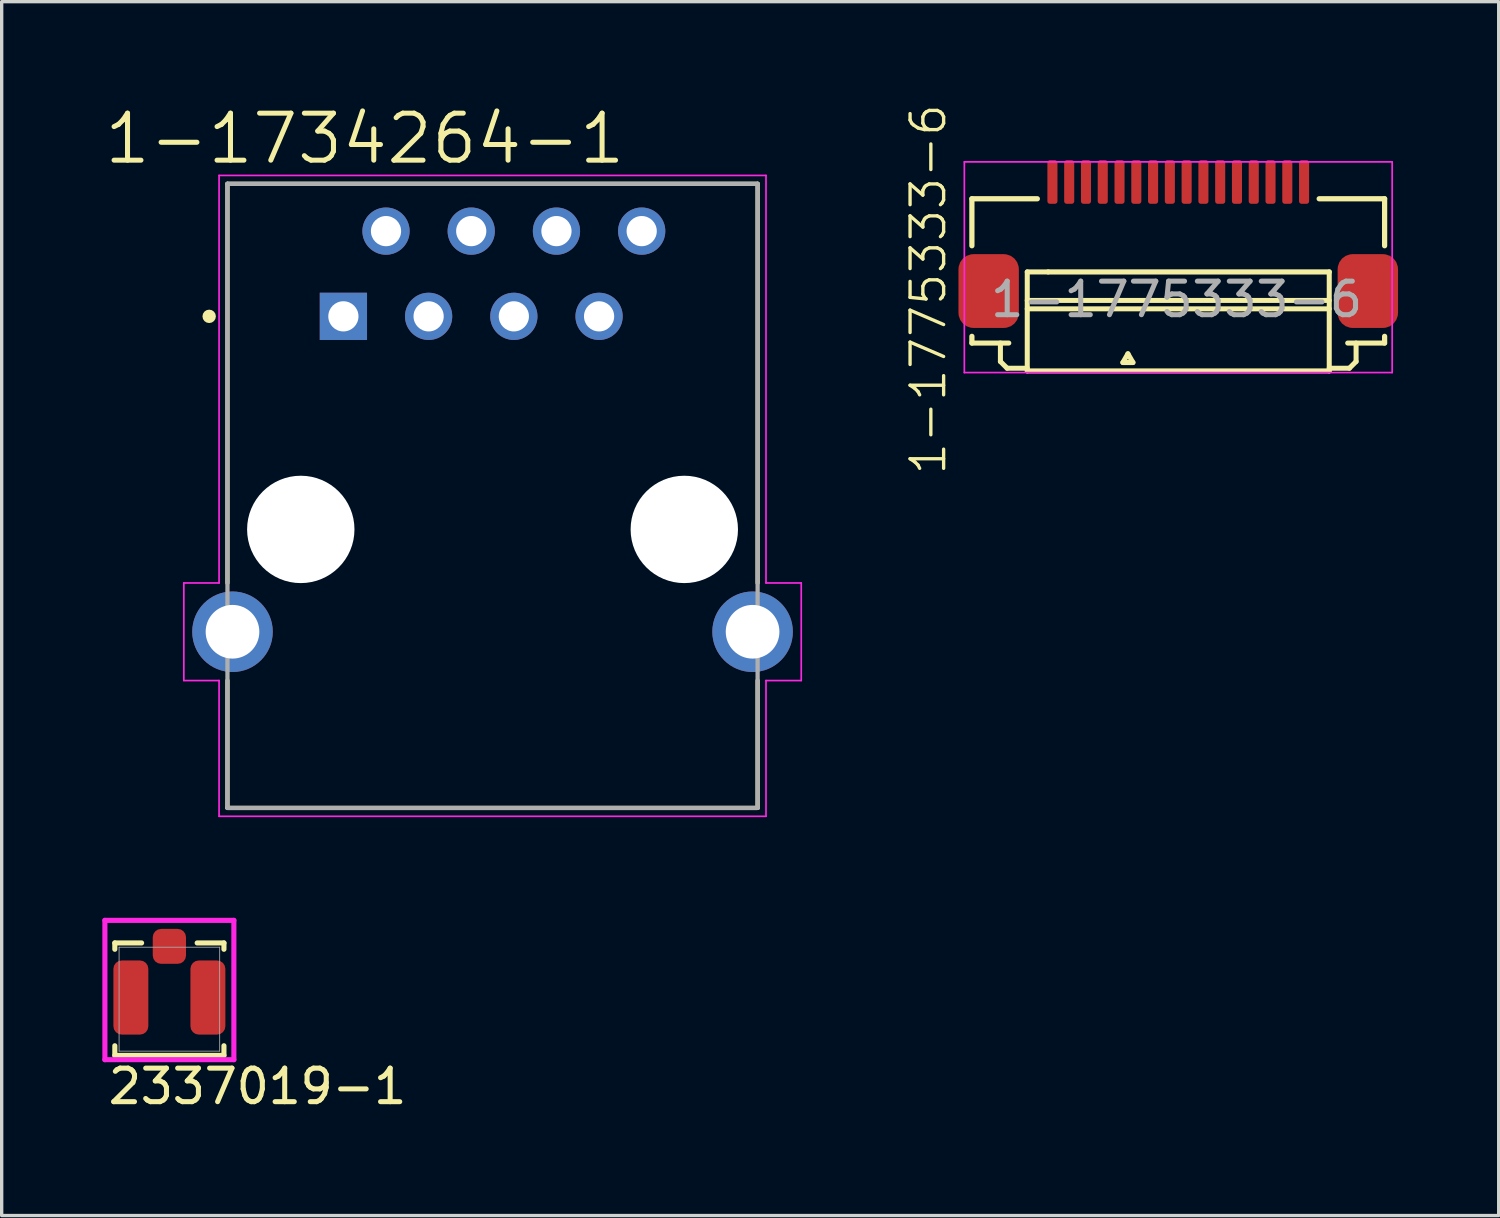
<source format=kicad_pcb>
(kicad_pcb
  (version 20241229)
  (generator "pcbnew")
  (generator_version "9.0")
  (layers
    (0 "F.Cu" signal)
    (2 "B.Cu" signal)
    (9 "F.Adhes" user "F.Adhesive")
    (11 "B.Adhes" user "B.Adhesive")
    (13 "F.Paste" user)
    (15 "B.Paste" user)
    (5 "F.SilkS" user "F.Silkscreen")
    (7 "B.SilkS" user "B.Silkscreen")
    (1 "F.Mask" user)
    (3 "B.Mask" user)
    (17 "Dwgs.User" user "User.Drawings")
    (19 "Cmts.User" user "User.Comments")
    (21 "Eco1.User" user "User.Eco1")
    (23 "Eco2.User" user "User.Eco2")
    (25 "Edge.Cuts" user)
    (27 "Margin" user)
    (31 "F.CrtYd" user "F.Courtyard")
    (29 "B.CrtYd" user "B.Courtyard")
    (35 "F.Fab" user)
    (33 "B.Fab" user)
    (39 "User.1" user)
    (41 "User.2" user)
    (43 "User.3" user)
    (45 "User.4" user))
  (footprint "1-1734264-1"
    (layer "F.Cu")
    (at 11.629 12.728)
    (property "Reference" "1-1734264-1" (at -3.807 -11.645 0) (layer "F.SilkS") (effects (font (size 1.401 1.401) (thickness 0.15))))
    (attr through_hole)
    (fp_line (start -7.9 -10.3) (end 7.9 -10.3) (stroke (width 0.127) (type solid)) (layer "F.SilkS"))
    (fp_line (start -7.9 1.596) (end -7.9 -10.3) (stroke (width 0.127) (type solid)) (layer "F.SilkS"))
    (fp_line (start -7.9 4.504) (end -7.9 8.3) (stroke (width 0.127) (type solid)) (layer "F.SilkS"))
    (fp_line (start 7.9 1.596) (end 7.9 -10.3) (stroke (width 0.127) (type solid)) (layer "F.SilkS"))
    (fp_line (start 7.9 4.504) (end 7.9 8.3) (stroke (width 0.127) (type solid)) (layer "F.SilkS"))
    (fp_line (start 7.9 8.3) (end -7.9 8.3) (stroke (width 0.127) (type solid)) (layer "F.SilkS"))
    (fp_circle (center -8.445 -6.35) (end -8.345 -6.35) (stroke (width 0.2) (type solid)) (fill no) (layer "F.SilkS"))
    (fp_line (start -9.2 1.596) (end -8.15 1.596) (stroke (width 0.05) (type solid)) (layer "F.CrtYd"))
    (fp_line (start -9.2 4.504) (end -9.2 1.596) (stroke (width 0.05) (type solid)) (layer "F.CrtYd"))
    (fp_line (start -8.15 -10.55) (end 8.15 -10.55) (stroke (width 0.05) (type solid)) (layer "F.CrtYd"))
    (fp_line (start -8.15 1.596) (end -8.15 -10.55) (stroke (width 0.05) (type solid)) (layer "F.CrtYd"))
    (fp_line (start -8.15 4.504) (end -9.2 4.504) (stroke (width 0.05) (type solid)) (layer "F.CrtYd"))
    (fp_line (start -8.15 8.55) (end -8.15 4.504) (stroke (width 0.05) (type solid)) (layer "F.CrtYd"))
    (fp_line (start 8.15 -10.55) (end 8.15 1.596) (stroke (width 0.05) (type solid)) (layer "F.CrtYd"))
    (fp_line (start 8.15 1.596) (end 9.2 1.596) (stroke (width 0.05) (type solid)) (layer "F.CrtYd"))
    (fp_line (start 8.15 4.504) (end 8.15 8.55) (stroke (width 0.05) (type solid)) (layer "F.CrtYd"))
    (fp_line (start 8.15 8.55) (end -8.15 8.55) (stroke (width 0.05) (type solid)) (layer "F.CrtYd"))
    (fp_line (start 9.2 1.596) (end 9.2 4.504) (stroke (width 0.05) (type solid)) (layer "F.CrtYd"))
    (fp_line (start 9.2 4.504) (end 8.15 4.504) (stroke (width 0.05) (type solid)) (layer "F.CrtYd"))
    (fp_line (start -7.9 -10.3) (end 7.9 -10.3) (stroke (width 0.127) (type solid)) (layer "F.Fab"))
    (fp_line (start -7.9 8.3) (end -7.9 -10.3) (stroke (width 0.127) (type solid)) (layer "F.Fab"))
    (fp_line (start 7.9 -10.3) (end 7.9 8.3) (stroke (width 0.127) (type solid)) (layer "F.Fab"))
    (fp_line (start 7.9 8.3) (end -7.9 8.3) (stroke (width 0.127) (type solid)) (layer "F.Fab"))
    (fp_circle (center -4.445 -6.35) (end -4.345 -6.35) (stroke (width 0.2) (type solid)) (fill no) (layer "F.Fab"))
    (pad "" np_thru_hole circle (at -5.715 0) (size 3.2 3.2) (drill 3.2) (layers "*.Cu" "*.Mask"))
    (pad "" np_thru_hole circle (at 5.715 0) (size 3.2 3.2) (drill 3.2) (layers "*.Cu" "*.Mask"))
    (pad "1" thru_hole rect (at -4.445 -6.35) (size 1.408 1.408) (drill 0.9) (layers "*.Cu" "*.Mask"))
    (pad "2" thru_hole circle (at -3.175 -8.89) (size 1.408 1.408) (drill 0.9) (layers "*.Cu" "*.Mask"))
    (pad "3" thru_hole circle (at -1.905 -6.35) (size 1.408 1.408) (drill 0.9) (layers "*.Cu" "*.Mask"))
    (pad "4" thru_hole circle (at -0.635 -8.89) (size 1.408 1.408) (drill 0.9) (layers "*.Cu" "*.Mask"))
    (pad "5" thru_hole circle (at 0.635 -6.35) (size 1.408 1.408) (drill 0.9) (layers "*.Cu" "*.Mask"))
    (pad "6" thru_hole circle (at 1.905 -8.89) (size 1.408 1.408) (drill 0.9) (layers "*.Cu" "*.Mask"))
    (pad "7" thru_hole circle (at 3.175 -6.35) (size 1.408 1.408) (drill 0.9) (layers "*.Cu" "*.Mask"))
    (pad "8" thru_hole circle (at 4.445 -8.89) (size 1.408 1.408) (drill 0.9) (layers "*.Cu" "*.Mask"))
    (pad "SH" thru_hole circle (at -7.75 3.05) (size 2.4 2.4) (drill 1.6) (layers "*.Cu" "*.Mask"))
    (pad "SH" thru_hole circle (at 7.75 3.05) (size 2.4 2.4) (drill 1.6) (layers "*.Cu" "*.Mask")))
  (footprint "1-1775333-6"
    (layer "F.Cu")
    (at 28.315 2.374)
    (property "Reference" "1-1775333-6" (at -3.7 3.2 90) (unlocked yes) (layer "F.SilkS") (effects (font (size 1 1) (thickness 0.1))))
    (attr smd)
    (fp_line (start -2.4 0.5) (end -0.45 0.5) (stroke (width 0.156) (type solid)) (layer "F.SilkS"))
    (fp_line (start -2.4 1.9) (end -2.4 0.5) (stroke (width 0.156) (type solid)) (layer "F.SilkS"))
    (fp_line (start -2.4 4.8) (end -2.4 4.6) (stroke (width 0.156) (type solid)) (layer "F.SilkS"))
    (fp_line (start -2.4 4.8) (end -1.3 4.8) (stroke (width 0.15) (type solid)) (layer "F.SilkS"))
    (fp_line (start -1.55 5.35) (end -1.55 4.8) (stroke (width 0.15) (type solid)) (layer "F.SilkS"))
    (fp_line (start -1.55 5.35) (end -1.35 5.55) (stroke (width 0.15) (type solid)) (layer "F.SilkS"))
    (fp_line (start -1.35 5.55) (end -0.75 5.55) (stroke (width 0.15) (type solid)) (layer "F.SilkS"))
    (fp_line (start -0.75 2.68) (end -0.125 2.68) (stroke (width 0.15) (type solid)) (layer "F.SilkS"))
    (fp_line (start -0.75 3.53) (end 8.25 3.53) (stroke (width 0.15) (type solid)) (layer "F.SilkS"))
    (fp_line (start -0.75 3.78) (end 8.25 3.78) (stroke (width 0.15) (type solid)) (layer "F.SilkS"))
    (fp_line (start -0.75 5.63) (end -0.75 2.68) (stroke (width 0.15) (type solid)) (layer "F.SilkS"))
    (fp_line (start -0.75 5.63) (end 8.25 5.63) (stroke (width 0.15) (type solid)) (layer "F.SilkS"))
    (fp_line (start -0.125 2.68) (end 8.25 2.68) (stroke (width 0.156) (type solid)) (layer "F.SilkS"))
    (fp_line (start 2.1 5.38) (end 2.25 5.12) (stroke (width 0.15) (type solid)) (layer "F.SilkS"))
    (fp_line (start 2.1 5.38) (end 2.4 5.38) (stroke (width 0.15) (type solid)) (layer "F.SilkS"))
    (fp_line (start 2.25 5.12) (end 2.4 5.38) (stroke (width 0.15) (type solid)) (layer "F.SilkS"))
    (fp_line (start 7.95 0.5) (end 9.9 0.5) (stroke (width 0.156) (type solid)) (layer "F.SilkS"))
    (fp_line (start 8.25 5.55) (end 8.85 5.55) (stroke (width 0.15) (type solid)) (layer "F.SilkS"))
    (fp_line (start 8.25 5.63) (end 8.25 2.68) (stroke (width 0.15) (type solid)) (layer "F.SilkS"))
    (fp_line (start 8.8 4.8) (end 9.9 4.8) (stroke (width 0.15) (type solid)) (layer "F.SilkS"))
    (fp_line (start 8.85 5.55) (end 9.05 5.35) (stroke (width 0.15) (type solid)) (layer "F.SilkS"))
    (fp_line (start 9.05 5.35) (end 9.05 4.8) (stroke (width 0.15) (type solid)) (layer "F.SilkS"))
    (fp_line (start 9.9 1.9) (end 9.9 0.5) (stroke (width 0.156) (type solid)) (layer "F.SilkS"))
    (fp_line (start 9.9 4.8) (end 9.9 4.6) (stroke (width 0.156) (type solid)) (layer "F.SilkS"))
    (fp_line (start -2.625 -0.6) (end -2.625 5.68) (stroke (width 0.05) (type solid)) (layer "F.CrtYd"))
    (fp_line (start -2.625 5.68) (end 10.125 5.68) (stroke (width 0.05) (type solid)) (layer "F.CrtYd"))
    (fp_line (start 10.125 -0.6) (end -2.625 -0.6) (stroke (width 0.05) (type solid)) (layer "F.CrtYd"))
    (fp_line (start 10.125 5.68) (end 10.125 -0.6) (stroke (width 0.05) (type solid)) (layer "F.CrtYd"))
    (fp_text user "${REFERENCE}" (at 3.7 3.5 0) (unlocked yes) (layer "F.Fab") (effects (font (size 1 1) (thickness 0.15))))
    (pad "1" smd roundrect (at 0 0) (size 0.3 1.3) (layers "F.Cu" "F.Mask" "F.Paste") (roundrect_rratio 0.25))
    (pad "2" smd roundrect (at 0.5 0) (size 0.3 1.3) (layers "F.Cu" "F.Mask" "F.Paste") (roundrect_rratio 0.25))
    (pad "3" smd roundrect (at 1 0) (size 0.3 1.3) (layers "F.Cu" "F.Mask" "F.Paste") (roundrect_rratio 0.25))
    (pad "4" smd roundrect (at 1.5 0) (size 0.3 1.3) (layers "F.Cu" "F.Mask" "F.Paste") (roundrect_rratio 0.25))
    (pad "5" smd roundrect (at 2 0) (size 0.3 1.3) (layers "F.Cu" "F.Mask" "F.Paste") (roundrect_rratio 0.25))
    (pad "6" smd roundrect (at 2.5 0) (size 0.3 1.3) (layers "F.Cu" "F.Mask" "F.Paste") (roundrect_rratio 0.25))
    (pad "7" smd roundrect (at 3 0) (size 0.3 1.3) (layers "F.Cu" "F.Mask" "F.Paste") (roundrect_rratio 0.25))
    (pad "8" smd roundrect (at 3.5 0) (size 0.3 1.3) (layers "F.Cu" "F.Mask" "F.Paste") (roundrect_rratio 0.25))
    (pad "9" smd roundrect (at 4 0) (size 0.3 1.3) (layers "F.Cu" "F.Mask" "F.Paste") (roundrect_rratio 0.25))
    (pad "10" smd roundrect (at 4.5 0) (size 0.3 1.3) (layers "F.Cu" "F.Mask" "F.Paste") (roundrect_rratio 0.25))
    (pad "11" smd roundrect (at 5 0) (size 0.3 1.3) (layers "F.Cu" "F.Mask" "F.Paste") (roundrect_rratio 0.25))
    (pad "12" smd roundrect (at 5.5 0) (size 0.3 1.3) (layers "F.Cu" "F.Mask" "F.Paste") (roundrect_rratio 0.25))
    (pad "13" smd roundrect (at 6 0) (size 0.3 1.3) (layers "F.Cu" "F.Mask" "F.Paste") (roundrect_rratio 0.25))
    (pad "14" smd roundrect (at 6.5 0) (size 0.3 1.3) (layers "F.Cu" "F.Mask" "F.Paste") (roundrect_rratio 0.25))
    (pad "15" smd roundrect (at 7 0) (size 0.3 1.3) (layers "F.Cu" "F.Mask" "F.Paste") (roundrect_rratio 0.25))
    (pad "16" smd roundrect (at 7.5 0) (size 0.3 1.3) (layers "F.Cu" "F.Mask" "F.Paste") (roundrect_rratio 0.25))
    (pad "M1" smd roundrect (at -1.9 3.25) (size 1.8 2.2) (layers "F.Cu" "F.Mask" "F.Paste") (roundrect_rratio 0.25))
    (pad "M2" smd roundrect (at 9.4 3.25) (size 1.8 2.2) (layers "F.Cu" "F.Mask" "F.Paste") (roundrect_rratio 0.25)))
  (footprint "2337019-1"
    (layer "F.Cu")
    (at 1.998 26.728)
    (property "Reference" "2337019-1" (at -1.9 2.6 0) (unlocked yes) (layer "F.SilkS") (effects (font (size 1 1) (thickness 0.15)) (justify left)))
    (attr smd)
    (fp_line (start -1.626 -1.676) (end -1.626 -1.487) (stroke (width 0.152) (type solid)) (layer "F.SilkS"))
    (fp_line (start -1.626 1.388) (end -1.626 1.676) (stroke (width 0.152) (type solid)) (layer "F.SilkS"))
    (fp_line (start -1.626 1.676) (end 1.626 1.676) (stroke (width 0.152) (type solid)) (layer "F.SilkS"))
    (fp_line (start -0.828 -1.676) (end -1.626 -1.676) (stroke (width 0.152) (type solid)) (layer "F.SilkS"))
    (fp_line (start 1.626 -1.676) (end 0.828 -1.676) (stroke (width 0.152) (type solid)) (layer "F.SilkS"))
    (fp_line (start 1.626 -1.487) (end 1.626 -1.676) (stroke (width 0.152) (type solid)) (layer "F.SilkS"))
    (fp_line (start 1.626 1.676) (end 1.626 1.388) (stroke (width 0.152) (type solid)) (layer "F.SilkS"))
    (fp_line (start -1.922 -2.349) (end -1.922 1.803) (stroke (width 0.152) (type solid)) (layer "F.CrtYd"))
    (fp_line (start -1.922 1.803) (end 1.922 1.803) (stroke (width 0.152) (type solid)) (layer "F.CrtYd"))
    (fp_line (start 1.922 -2.349) (end -1.922 -2.349) (stroke (width 0.152) (type solid)) (layer "F.CrtYd"))
    (fp_line (start 1.922 1.803) (end 1.922 -2.349) (stroke (width 0.152) (type solid)) (layer "F.CrtYd"))
    (fp_line (start -1.499 -1.549) (end -1.499 1.549) (stroke (width 0.025) (type solid)) (layer "F.Fab"))
    (fp_line (start -1.499 1.549) (end 1.499 1.549) (stroke (width 0.025) (type solid)) (layer "F.Fab"))
    (fp_line (start 1.499 -1.549) (end -1.499 -1.549) (stroke (width 0.025) (type solid)) (layer "F.Fab"))
    (fp_line (start 1.499 1.549) (end 1.499 -1.549) (stroke (width 0.025) (type solid)) (layer "F.Fab"))
    (pad "1" smd roundrect (at 0 -1.574) (size 0.991 1.041) (layers "F.Cu" "F.Mask" "F.Paste") (roundrect_rratio 0.25))
    (pad "2" smd roundrect (at -1.148 -0.049) (size 1.041 2.21) (layers "F.Cu" "F.Mask" "F.Paste") (roundrect_rratio 0.24))
    (pad "2" smd roundrect (at 1.148 -0.049) (size 1.041 2.21) (layers "F.Cu" "F.Mask" "F.Paste") (roundrect_rratio 0.24)))
  (gr_rect
    (start -3 -3)
    (end 41.615 33.176)
    (stroke (width 0.1) (type default))
    (fill no)
    (layer "Edge.Cuts")))
</source>
